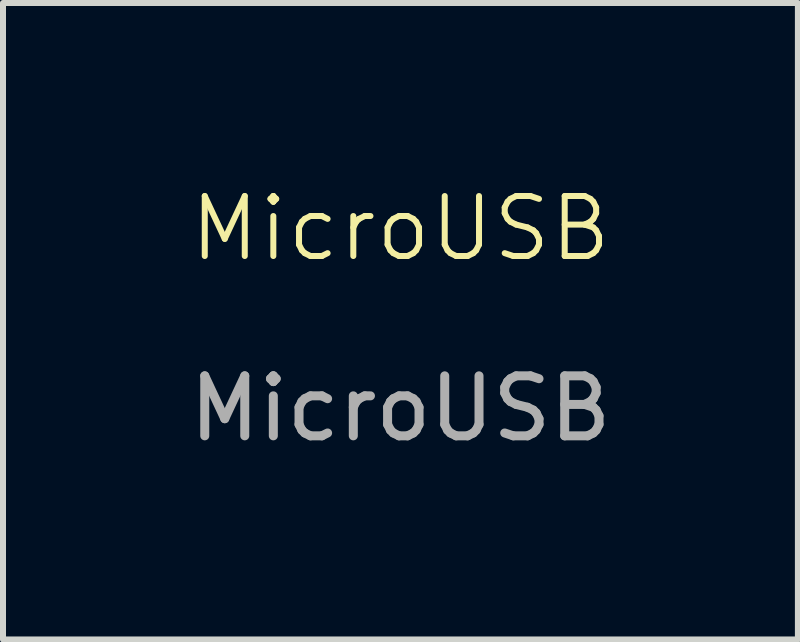
<source format=kicad_pcb>
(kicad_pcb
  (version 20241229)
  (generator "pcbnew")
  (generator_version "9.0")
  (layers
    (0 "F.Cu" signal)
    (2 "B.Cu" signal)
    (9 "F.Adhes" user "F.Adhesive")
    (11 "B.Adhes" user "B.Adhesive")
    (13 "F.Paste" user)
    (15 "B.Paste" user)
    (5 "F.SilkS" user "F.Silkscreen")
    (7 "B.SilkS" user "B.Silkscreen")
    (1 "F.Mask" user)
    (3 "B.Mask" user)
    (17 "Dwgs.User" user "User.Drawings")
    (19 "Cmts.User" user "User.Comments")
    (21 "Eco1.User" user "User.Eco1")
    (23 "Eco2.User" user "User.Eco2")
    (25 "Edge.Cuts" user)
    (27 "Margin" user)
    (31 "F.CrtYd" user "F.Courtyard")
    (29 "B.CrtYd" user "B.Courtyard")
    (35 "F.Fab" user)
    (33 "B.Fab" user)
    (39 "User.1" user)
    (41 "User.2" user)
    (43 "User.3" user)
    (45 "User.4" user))
  (footprint "MicroUSB"
    (layer "F.Cu")
    (at 3.625 1.26)
    (property "Reference" "MicroUSB" (at 0 -0.5 0) (unlocked yes) (layer "F.SilkS") (effects (font (size 1 1) (thickness 0.1))))
    (fp_text user "${REFERENCE}" (at 0 2.5 0) (unlocked yes) (layer "F.Fab") (effects (font (size 1 1) (thickness 0.15)))))
  (gr_rect
    (start -3 -3)
    (end 10.25 7.609)
    (stroke (width 0.1) (type default))
    (fill no)
    (layer "Edge.Cuts")))
</source>
